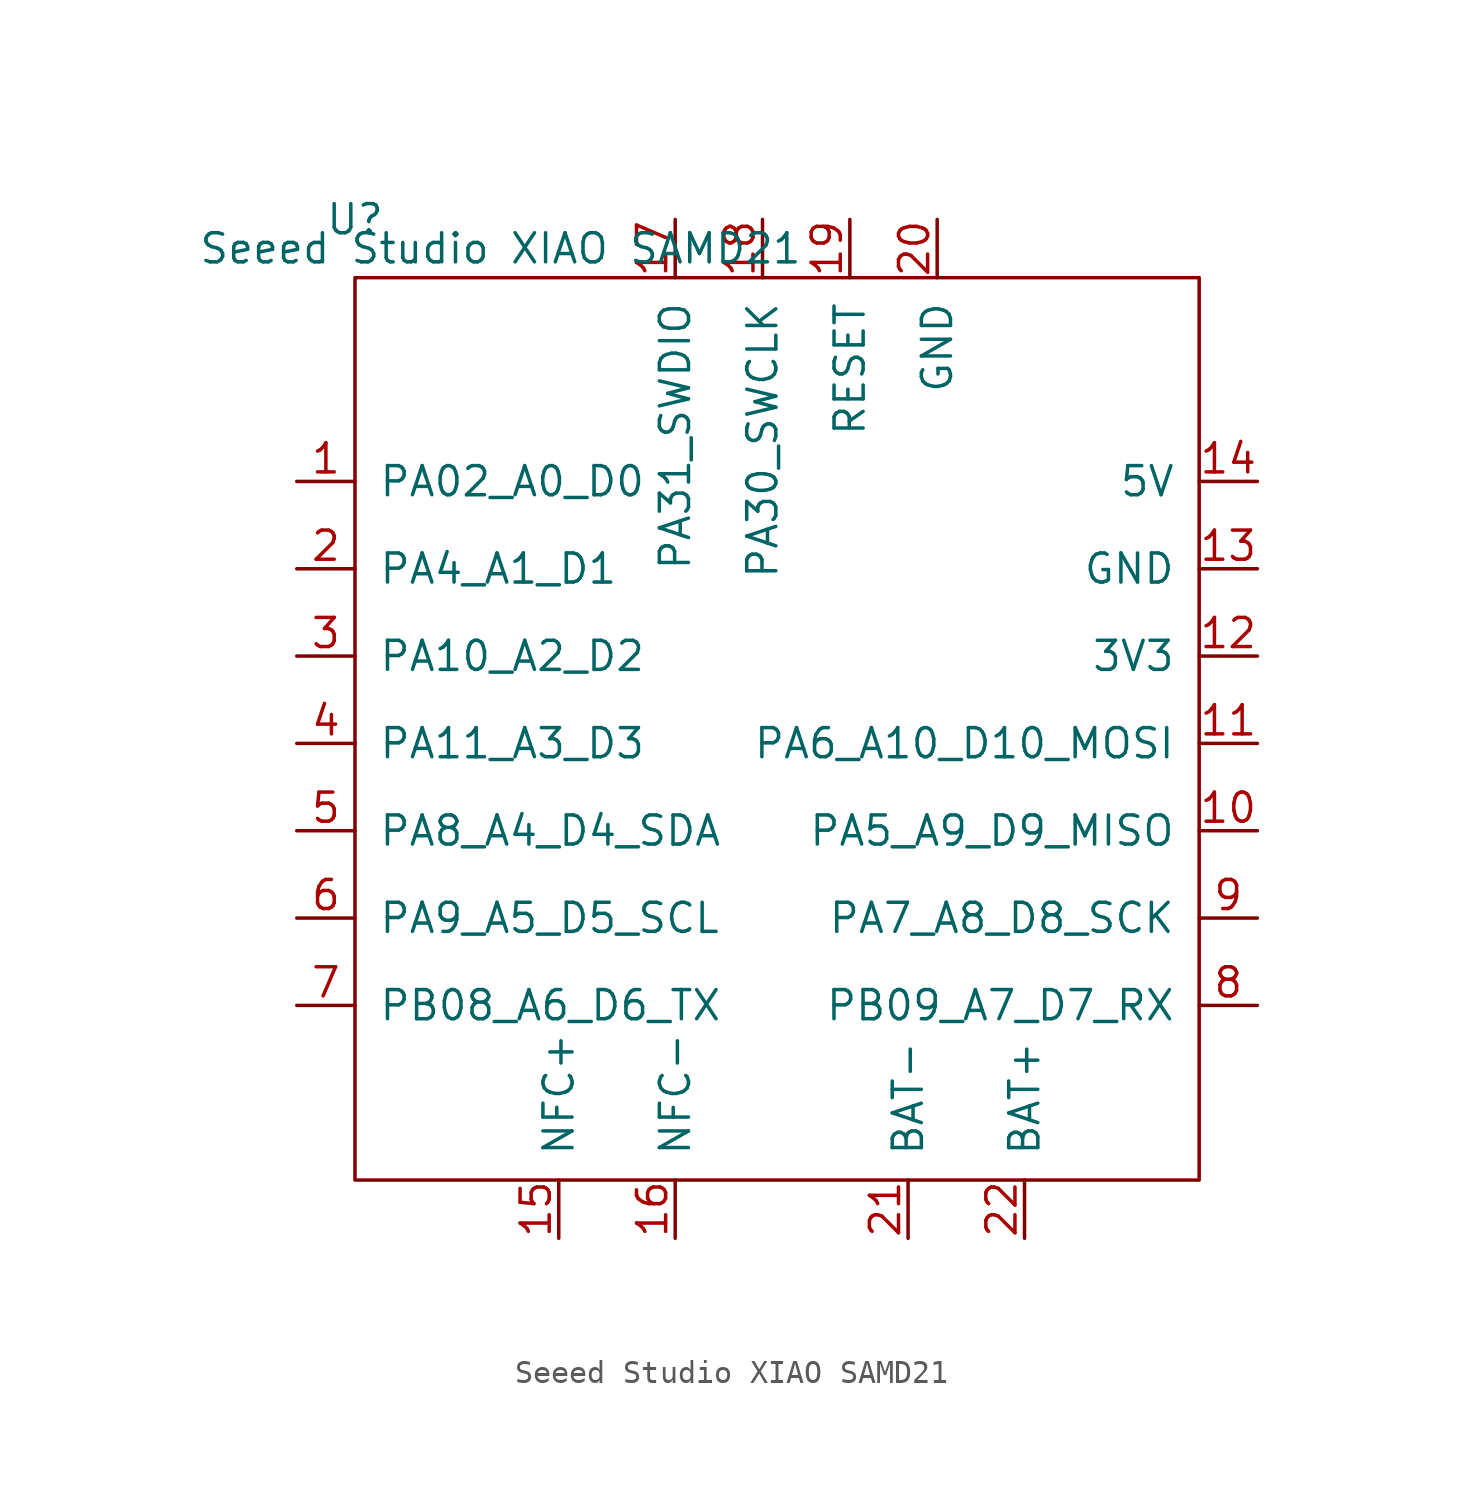
<source format=kicad_sym>
(kicad_symbol_lib
  (version 20220914)
  (generator kicad_symbol_editor)
  (symbol "Seeed Studio XIAO SAMD21"
    (pin_names
      (offset 1.016))
    (property "Reference" "U"
      (at -19.05 22.86 0)
      (effects (font (size 1.27 1.27))))
    (property "Value" "Seeed Studio XIAO SAMD21"
      (at -12.7 21.59 0)
      (effects (font (size 1.27 1.27))))
    (symbol "Seeed Studio XIAO SAMD21_0_1"
      (rectangle (start -19.05 20.32) (end 17.78 -19.05) (stroke (width 0) (type default)) (fill (type none))))
    (symbol "Seeed Studio XIAO SAMD21_1_1"
      (pin unspecified line (at -21.59 11.43 0) (length 2.54) (name "PA02_A0_D0" (effects (font (size 1.27 1.27)))) (number "1" (effects (font (size 1.27 1.27)))))
      (pin unspecified line (at 20.32 -3.81 180) (length 2.54) (name "PA5_A9_D9_MISO" (effects (font (size 1.27 1.27)))) (number "10" (effects (font (size 1.27 1.27)))))
      (pin unspecified line (at 20.32 0 180) (length 2.54) (name "PA6_A10_D10_MOSI" (effects (font (size 1.27 1.27)))) (number "11" (effects (font (size 1.27 1.27)))))
      (pin unspecified line (at 20.32 3.81 180) (length 2.54) (name "3V3" (effects (font (size 1.27 1.27)))) (number "12" (effects (font (size 1.27 1.27)))))
      (pin unspecified line (at 20.32 7.62 180) (length 2.54) (name "GND" (effects (font (size 1.27 1.27)))) (number "13" (effects (font (size 1.27 1.27)))))
      (pin unspecified line (at 20.32 11.43 180) (length 2.54) (name "5V" (effects (font (size 1.27 1.27)))) (number "14" (effects (font (size 1.27 1.27)))))
      (pin input line (at -10.16 -21.59 90) (length 2.54) (name "NFC+" (effects (font (size 1.27 1.27)))) (number "15" (effects (font (size 1.27 1.27)))))
      (pin input line (at -5.08 -21.59 90) (length 2.54) (name "NFC-" (effects (font (size 1.27 1.27)))) (number "16" (effects (font (size 1.27 1.27)))))
      (pin input line (at -5.08 22.86 270) (length 2.54) (name "PA31_SWDIO" (effects (font (size 1.27 1.27)))) (number "17" (effects (font (size 1.27 1.27)))))
      (pin input line (at -1.27 22.86 270) (length 2.54) (name "PA30_SWCLK" (effects (font (size 1.27 1.27)))) (number "18" (effects (font (size 1.27 1.27)))))
      (pin input line (at 2.54 22.86 270) (length 2.54) (name "RESET" (effects (font (size 1.27 1.27)))) (number "19" (effects (font (size 1.27 1.27)))))
      (pin unspecified line (at -21.59 7.62 0) (length 2.54) (name "PA4_A1_D1" (effects (font (size 1.27 1.27)))) (number "2" (effects (font (size 1.27 1.27)))))
      (pin input line (at 6.35 22.86 270) (length 2.54) (name "GND" (effects (font (size 1.27 1.27)))) (number "20" (effects (font (size 1.27 1.27)))))
      (pin input line (at 5.08 -21.59 90) (length 2.54) (name "BAT-" (effects (font (size 1.27 1.27)))) (number "21" (effects (font (size 1.27 1.27)))))
      (pin input line (at 10.16 -21.59 90) (length 2.54) (name "BAT+" (effects (font (size 1.27 1.27)))) (number "22" (effects (font (size 1.27 1.27)))))
      (pin unspecified line (at -21.59 3.81 0) (length 2.54) (name "PA10_A2_D2" (effects (font (size 1.27 1.27)))) (number "3" (effects (font (size 1.27 1.27)))))
      (pin unspecified line (at -21.59 0 0) (length 2.54) (name "PA11_A3_D3" (effects (font (size 1.27 1.27)))) (number "4" (effects (font (size 1.27 1.27)))))
      (pin unspecified line (at -21.59 -3.81 0) (length 2.54) (name "PA8_A4_D4_SDA" (effects (font (size 1.27 1.27)))) (number "5" (effects (font (size 1.27 1.27)))))
      (pin unspecified line (at -21.59 -7.62 0) (length 2.54) (name "PA9_A5_D5_SCL" (effects (font (size 1.27 1.27)))) (number "6" (effects (font (size 1.27 1.27)))))
      (pin unspecified line (at -21.59 -11.43 0) (length 2.54) (name "PB08_A6_D6_TX" (effects (font (size 1.27 1.27)))) (number "7" (effects (font (size 1.27 1.27)))))
      (pin unspecified line (at 20.32 -11.43 180) (length 2.54) (name "PB09_A7_D7_RX" (effects (font (size 1.27 1.27)))) (number "8" (effects (font (size 1.27 1.27)))))
      (pin unspecified line (at 20.32 -7.62 180) (length 2.54) (name "PA7_A8_D8_SCK" (effects (font (size 1.27 1.27)))) (number "9" (effects (font (size 1.27 1.27))))))))
</source>
